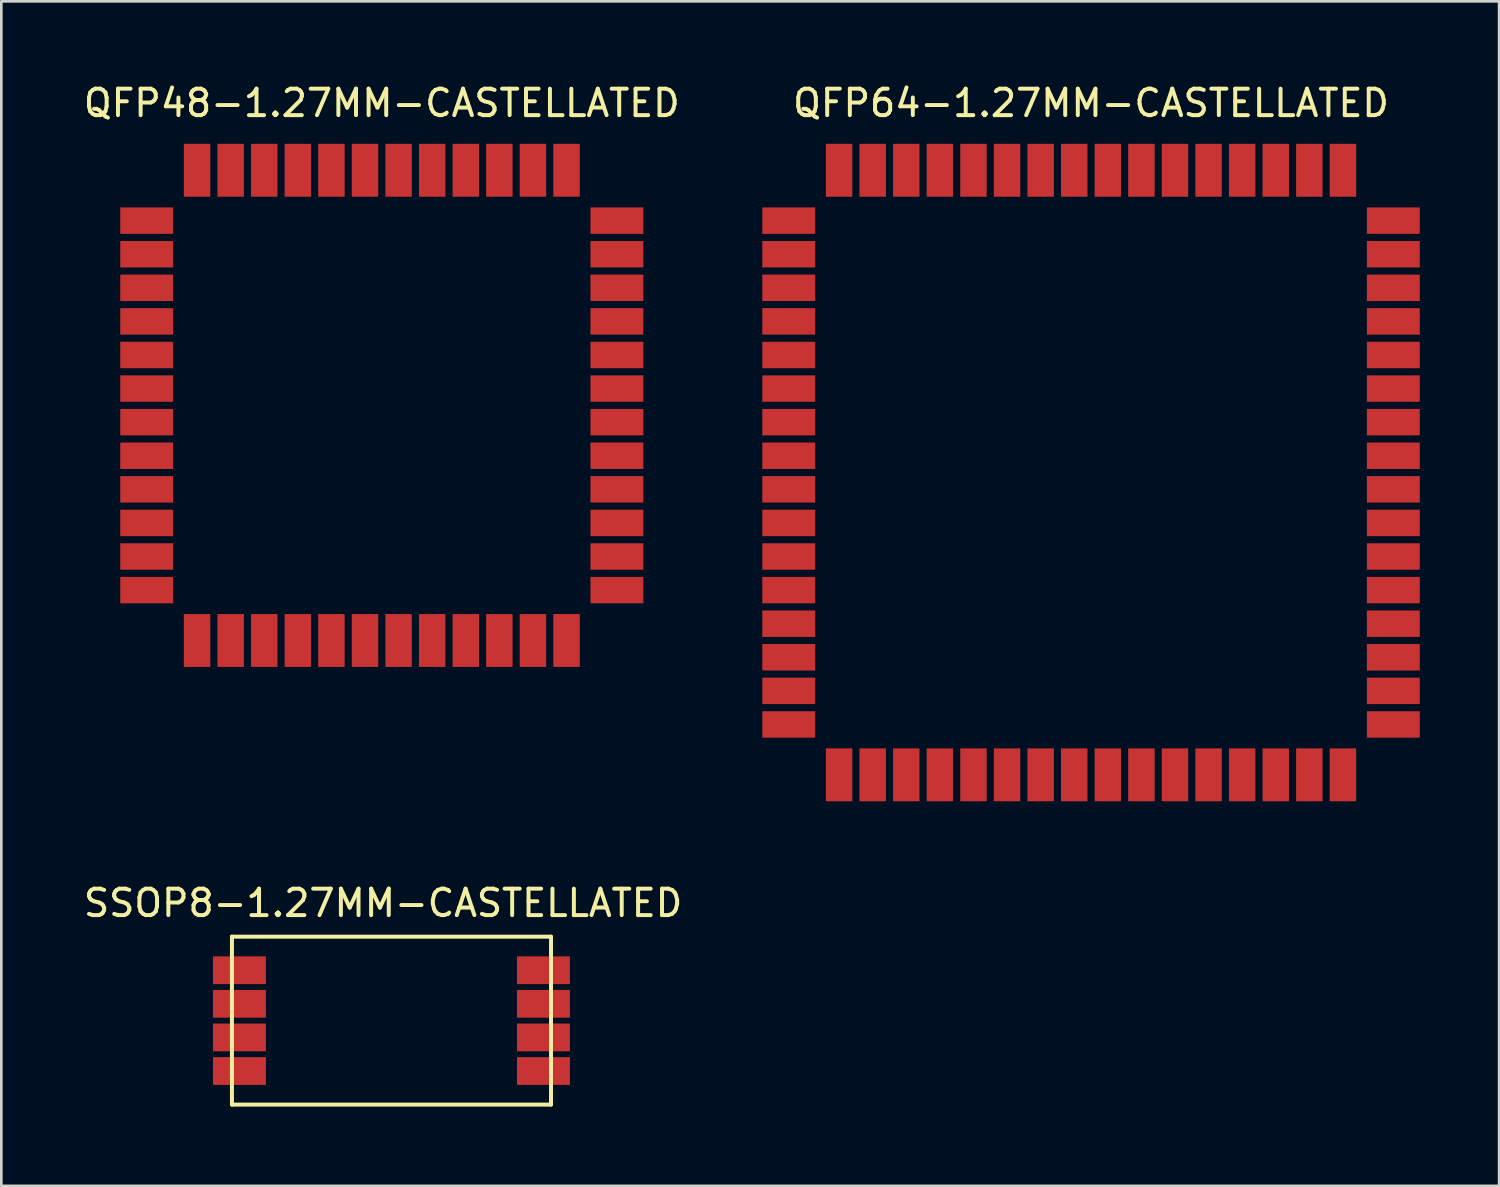
<source format=kicad_pcb>
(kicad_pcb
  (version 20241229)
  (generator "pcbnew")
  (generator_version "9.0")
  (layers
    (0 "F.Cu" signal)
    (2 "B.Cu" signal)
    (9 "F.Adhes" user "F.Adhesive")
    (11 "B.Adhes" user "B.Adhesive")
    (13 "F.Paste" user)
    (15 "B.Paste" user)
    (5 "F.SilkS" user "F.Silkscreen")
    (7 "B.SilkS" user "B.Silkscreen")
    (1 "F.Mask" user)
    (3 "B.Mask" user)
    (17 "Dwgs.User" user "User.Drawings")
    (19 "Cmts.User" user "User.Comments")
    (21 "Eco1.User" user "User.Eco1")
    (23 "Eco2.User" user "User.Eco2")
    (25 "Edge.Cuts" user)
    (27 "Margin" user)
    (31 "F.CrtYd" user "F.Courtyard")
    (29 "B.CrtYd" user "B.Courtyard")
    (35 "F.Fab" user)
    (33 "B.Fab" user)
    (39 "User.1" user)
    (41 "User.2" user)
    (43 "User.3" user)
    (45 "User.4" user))
  (footprint "SSOP8-1.27MM-CASTELLATED"
    (layer "F.Cu")
    (at 11.435 34.907)
    (property "Reference" "SSOP8-1.27MM-CASTELLATED" (at 0 -3.81 0) (layer "F.SilkS") (effects (font (size 1 1) (thickness 0.15))))
    (attr through_hole)
    (fp_line (start -5.715 -2.54) (end 6.35 -2.54) (stroke (width 0.15) (type solid)) (layer "F.SilkS"))
    (fp_line (start -5.715 3.81) (end -5.715 -2.54) (stroke (width 0.15) (type solid)) (layer "F.SilkS"))
    (fp_line (start 6.35 -2.54) (end 6.35 3.81) (stroke (width 0.15) (type solid)) (layer "F.SilkS"))
    (fp_line (start 6.35 3.81) (end -5.715 3.81) (stroke (width 0.15) (type solid)) (layer "F.SilkS"))
    (pad "1" smd rect (at -5.43 -1.27) (size 2 1.05) (layers "F.Cu" "F.Mask" "F.Paste"))
    (pad "2" smd rect (at -5.43 0) (size 2 1.05) (layers "F.Cu" "F.Mask" "F.Paste"))
    (pad "3" smd rect (at -5.43 1.27) (size 2 1.05) (layers "F.Cu" "F.Mask" "F.Paste"))
    (pad "4" smd rect (at -5.43 2.54) (size 2 1.05) (layers "F.Cu" "F.Mask" "F.Paste"))
    (pad "5" smd rect (at 6.065 2.54) (size 2 1.05) (layers "F.Cu" "F.Mask" "F.Paste"))
    (pad "6" smd rect (at 6.065 1.27) (size 2 1.05) (layers "F.Cu" "F.Mask" "F.Paste"))
    (pad "7" smd rect (at 6.065 0) (size 2 1.05) (layers "F.Cu" "F.Mask" "F.Paste"))
    (pad "8" smd rect (at 6.065 -1.27) (size 2 1.05) (layers "F.Cu" "F.Mask" "F.Paste")))
  (footprint "QFP64-1.27MM-CASTELLATED"
    (layer "F.Cu")
    (at 36.934 15.453)
    (property "Reference" "QFP64-1.27MM-CASTELLATED" (at 1.27 -14.605 0) (layer "F.SilkS") (effects (font (size 1 1) (thickness 0.15))))
    (attr through_hole)
    (pad "1" smd rect (at -10.16 -10.16) (size 2 1) (layers "F.Cu" "F.Mask" "F.Paste"))
    (pad "2" smd rect (at -10.16 -8.89) (size 2 1) (layers "F.Cu" "F.Mask" "F.Paste"))
    (pad "3" smd rect (at -10.16 -7.62) (size 2 1) (layers "F.Cu" "F.Mask" "F.Paste"))
    (pad "4" smd rect (at -10.16 -6.35) (size 2 1) (layers "F.Cu" "F.Mask" "F.Paste"))
    (pad "5" smd rect (at -10.16 -5.08) (size 2 1) (layers "F.Cu" "F.Mask" "F.Paste"))
    (pad "6" smd rect (at -10.16 -3.81) (size 2 1) (layers "F.Cu" "F.Mask" "F.Paste"))
    (pad "7" smd rect (at -10.16 -2.54) (size 2 1) (layers "F.Cu" "F.Mask" "F.Paste"))
    (pad "8" smd rect (at -10.16 -1.27) (size 2 1) (layers "F.Cu" "F.Mask" "F.Paste"))
    (pad "9" smd rect (at -10.16 0) (size 2 1) (layers "F.Cu" "F.Mask" "F.Paste"))
    (pad "10" smd rect (at -10.16 1.27) (size 2 1) (layers "F.Cu" "F.Mask" "F.Paste"))
    (pad "11" smd rect (at -10.16 2.54) (size 2 1) (layers "F.Cu" "F.Mask" "F.Paste"))
    (pad "12" smd rect (at -10.16 3.81) (size 2 1) (layers "F.Cu" "F.Mask" "F.Paste"))
    (pad "13" smd rect (at -10.16 5.08) (size 2 1) (layers "F.Cu" "F.Mask" "F.Paste"))
    (pad "14" smd rect (at -10.16 6.35) (size 2 1) (layers "F.Cu" "F.Mask" "F.Paste"))
    (pad "15" smd rect (at -10.16 7.62) (size 2 1) (layers "F.Cu" "F.Mask" "F.Paste"))
    (pad "16" smd rect (at -10.16 8.89) (size 2 1) (layers "F.Cu" "F.Mask" "F.Paste"))
    (pad "17" smd rect (at -8.255 10.795) (size 1 2) (layers "F.Cu" "F.Mask" "F.Paste"))
    (pad "18" smd rect (at -6.985 10.795) (size 1 2) (layers "F.Cu" "F.Mask" "F.Paste"))
    (pad "19" smd rect (at -5.715 10.795) (size 1 2) (layers "F.Cu" "F.Mask" "F.Paste"))
    (pad "20" smd rect (at -4.445 10.795) (size 1 2) (layers "F.Cu" "F.Mask" "F.Paste"))
    (pad "21" smd rect (at -3.175 10.795) (size 1 2) (layers "F.Cu" "F.Mask" "F.Paste"))
    (pad "22" smd rect (at -1.905 10.795) (size 1 2) (layers "F.Cu" "F.Mask" "F.Paste"))
    (pad "23" smd rect (at -0.635 10.795) (size 1 2) (layers "F.Cu" "F.Mask" "F.Paste"))
    (pad "24" smd rect (at 0.635 10.795) (size 1 2) (layers "F.Cu" "F.Mask" "F.Paste"))
    (pad "25" smd rect (at 1.905 10.795) (size 1 2) (layers "F.Cu" "F.Mask" "F.Paste"))
    (pad "26" smd rect (at 3.175 10.795) (size 1 2) (layers "F.Cu" "F.Mask" "F.Paste"))
    (pad "27" smd rect (at 4.445 10.795) (size 1 2) (layers "F.Cu" "F.Mask" "F.Paste"))
    (pad "28" smd rect (at 5.715 10.795) (size 1 2) (layers "F.Cu" "F.Mask" "F.Paste"))
    (pad "29" smd rect (at 6.985 10.795) (size 1 2) (layers "F.Cu" "F.Mask" "F.Paste"))
    (pad "30" smd rect (at 8.255 10.795) (size 1 2) (layers "F.Cu" "F.Mask" "F.Paste"))
    (pad "31" smd rect (at 9.525 10.795) (size 1 2) (layers "F.Cu" "F.Mask" "F.Paste"))
    (pad "32" smd rect (at 10.795 10.795) (size 1 2) (layers "F.Cu" "F.Mask" "F.Paste"))
    (pad "33" smd rect (at 12.7 8.89) (size 2 1) (layers "F.Cu" "F.Mask" "F.Paste"))
    (pad "34" smd rect (at 12.7 7.62) (size 2 1) (layers "F.Cu" "F.Mask" "F.Paste"))
    (pad "35" smd rect (at 12.7 6.35) (size 2 1) (layers "F.Cu" "F.Mask" "F.Paste"))
    (pad "36" smd rect (at 12.7 5.08) (size 2 1) (layers "F.Cu" "F.Mask" "F.Paste"))
    (pad "37" smd rect (at 12.7 3.81) (size 2 1) (layers "F.Cu" "F.Mask" "F.Paste"))
    (pad "38" smd rect (at 12.7 2.54) (size 2 1) (layers "F.Cu" "F.Mask" "F.Paste"))
    (pad "39" smd rect (at 12.7 1.27) (size 2 1) (layers "F.Cu" "F.Mask" "F.Paste"))
    (pad "40" smd rect (at 12.7 0) (size 2 1) (layers "F.Cu" "F.Mask" "F.Paste"))
    (pad "41" smd rect (at 12.7 -1.27) (size 2 1) (layers "F.Cu" "F.Mask" "F.Paste"))
    (pad "42" smd rect (at 12.7 -2.54) (size 2 1) (layers "F.Cu" "F.Mask" "F.Paste"))
    (pad "43" smd rect (at 12.7 -3.81) (size 2 1) (layers "F.Cu" "F.Mask" "F.Paste"))
    (pad "44" smd rect (at 12.7 -5.08) (size 2 1) (layers "F.Cu" "F.Mask" "F.Paste"))
    (pad "45" smd rect (at 12.7 -6.35) (size 2 1) (layers "F.Cu" "F.Mask" "F.Paste"))
    (pad "46" smd rect (at 12.7 -7.62) (size 2 1) (layers "F.Cu" "F.Mask" "F.Paste"))
    (pad "47" smd rect (at 12.7 -8.89) (size 2 1) (layers "F.Cu" "F.Mask" "F.Paste"))
    (pad "48" smd rect (at 12.7 -10.16) (size 2 1) (layers "F.Cu" "F.Mask" "F.Paste"))
    (pad "49" smd rect (at 10.795 -12.065) (size 1 2) (layers "F.Cu" "F.Mask" "F.Paste"))
    (pad "50" smd rect (at 9.525 -12.065) (size 1 2) (layers "F.Cu" "F.Mask" "F.Paste"))
    (pad "51" smd rect (at 8.255 -12.065) (size 1 2) (layers "F.Cu" "F.Mask" "F.Paste"))
    (pad "52" smd rect (at 6.985 -12.065) (size 1 2) (layers "F.Cu" "F.Mask" "F.Paste"))
    (pad "53" smd rect (at 5.715 -12.065) (size 1 2) (layers "F.Cu" "F.Mask" "F.Paste"))
    (pad "54" smd rect (at 4.445 -12.065) (size 1 2) (layers "F.Cu" "F.Mask" "F.Paste"))
    (pad "55" smd rect (at 3.175 -12.065) (size 1 2) (layers "F.Cu" "F.Mask" "F.Paste"))
    (pad "56" smd rect (at 1.905 -12.065) (size 1 2) (layers "F.Cu" "F.Mask" "F.Paste"))
    (pad "57" smd rect (at 0.635 -12.065) (size 1 2) (layers "F.Cu" "F.Mask" "F.Paste"))
    (pad "58" smd rect (at -0.635 -12.065) (size 1 2) (layers "F.Cu" "F.Mask" "F.Paste"))
    (pad "59" smd rect (at -1.905 -12.065) (size 1 2) (layers "F.Cu" "F.Mask" "F.Paste"))
    (pad "60" smd rect (at -3.175 -12.065) (size 1 2) (layers "F.Cu" "F.Mask" "F.Paste"))
    (pad "61" smd rect (at -4.445 -12.065) (size 1 2) (layers "F.Cu" "F.Mask" "F.Paste"))
    (pad "62" smd rect (at -5.715 -12.065) (size 1 2) (layers "F.Cu" "F.Mask" "F.Paste"))
    (pad "63" smd rect (at -6.985 -12.065) (size 1 2) (layers "F.Cu" "F.Mask" "F.Paste"))
    (pad "64" smd rect (at -8.255 -12.065) (size 1 2) (layers "F.Cu" "F.Mask" "F.Paste")))
  (footprint "QFP48-1.27MM-CASTELLATED"
    (layer "F.Cu")
    (at 9.482 14.183)
    (property "Reference" "QFP48-1.27MM-CASTELLATED" (at 1.905 -13.335 0) (layer "F.SilkS") (effects (font (size 1 1) (thickness 0.15))))
    (attr through_hole)
    (pad "1" smd rect (at -6.985 -8.89) (size 2 1) (layers "F.Cu" "F.Mask" "F.Paste"))
    (pad "2" smd rect (at -6.985 -7.62) (size 2 1) (layers "F.Cu" "F.Mask" "F.Paste"))
    (pad "3" smd rect (at -6.985 -6.35) (size 2 1) (layers "F.Cu" "F.Mask" "F.Paste"))
    (pad "4" smd rect (at -6.985 -5.08) (size 2 1) (layers "F.Cu" "F.Mask" "F.Paste"))
    (pad "5" smd rect (at -6.985 -3.81) (size 2 1) (layers "F.Cu" "F.Mask" "F.Paste"))
    (pad "6" smd rect (at -6.985 -2.54) (size 2 1) (layers "F.Cu" "F.Mask" "F.Paste"))
    (pad "7" smd rect (at -6.985 -1.27) (size 2 1) (layers "F.Cu" "F.Mask" "F.Paste"))
    (pad "8" smd rect (at -6.985 0) (size 2 1) (layers "F.Cu" "F.Mask" "F.Paste"))
    (pad "9" smd rect (at -6.985 1.27) (size 2 1) (layers "F.Cu" "F.Mask" "F.Paste"))
    (pad "10" smd rect (at -6.985 2.54) (size 2 1) (layers "F.Cu" "F.Mask" "F.Paste"))
    (pad "11" smd rect (at -6.985 3.81) (size 2 1) (layers "F.Cu" "F.Mask" "F.Paste"))
    (pad "12" smd rect (at -6.985 5.08) (size 2 1) (layers "F.Cu" "F.Mask" "F.Paste"))
    (pad "13" smd rect (at -5.08 6.985) (size 1 2) (layers "F.Cu" "F.Mask" "F.Paste"))
    (pad "14" smd rect (at -3.81 6.985) (size 1 2) (layers "F.Cu" "F.Mask" "F.Paste"))
    (pad "15" smd rect (at -2.54 6.985) (size 1 2) (layers "F.Cu" "F.Mask" "F.Paste"))
    (pad "16" smd rect (at -1.27 6.985) (size 1 2) (layers "F.Cu" "F.Mask" "F.Paste"))
    (pad "17" smd rect (at 0 6.985) (size 1 2) (layers "F.Cu" "F.Mask" "F.Paste"))
    (pad "18" smd rect (at 1.27 6.985) (size 1 2) (layers "F.Cu" "F.Mask" "F.Paste"))
    (pad "19" smd rect (at 2.54 6.985) (size 1 2) (layers "F.Cu" "F.Mask" "F.Paste"))
    (pad "20" smd rect (at 3.81 6.985) (size 1 2) (layers "F.Cu" "F.Mask" "F.Paste"))
    (pad "21" smd rect (at 5.08 6.985) (size 1 2) (layers "F.Cu" "F.Mask" "F.Paste"))
    (pad "22" smd rect (at 6.35 6.985) (size 1 2) (layers "F.Cu" "F.Mask" "F.Paste"))
    (pad "23" smd rect (at 7.62 6.985) (size 1 2) (layers "F.Cu" "F.Mask" "F.Paste"))
    (pad "24" smd rect (at 8.89 6.985) (size 1 2) (layers "F.Cu" "F.Mask" "F.Paste"))
    (pad "25" smd rect (at 10.795 5.08) (size 2 1) (layers "F.Cu" "F.Mask" "F.Paste"))
    (pad "26" smd rect (at 10.795 3.81) (size 2 1) (layers "F.Cu" "F.Mask" "F.Paste"))
    (pad "27" smd rect (at 10.795 2.54) (size 2 1) (layers "F.Cu" "F.Mask" "F.Paste"))
    (pad "28" smd rect (at 10.795 1.27) (size 2 1) (layers "F.Cu" "F.Mask" "F.Paste"))
    (pad "29" smd rect (at 10.795 0) (size 2 1) (layers "F.Cu" "F.Mask" "F.Paste"))
    (pad "30" smd rect (at 10.795 -1.27) (size 2 1) (layers "F.Cu" "F.Mask" "F.Paste"))
    (pad "31" smd rect (at 10.795 -2.54) (size 2 1) (layers "F.Cu" "F.Mask" "F.Paste"))
    (pad "32" smd rect (at 10.795 -3.81) (size 2 1) (layers "F.Cu" "F.Mask" "F.Paste"))
    (pad "33" smd rect (at 10.795 -5.08) (size 2 1) (layers "F.Cu" "F.Mask" "F.Paste"))
    (pad "34" smd rect (at 10.795 -6.35) (size 2 1) (layers "F.Cu" "F.Mask" "F.Paste"))
    (pad "35" smd rect (at 10.795 -7.62) (size 2 1) (layers "F.Cu" "F.Mask" "F.Paste"))
    (pad "36" smd rect (at 10.795 -8.89) (size 2 1) (layers "F.Cu" "F.Mask" "F.Paste"))
    (pad "37" smd rect (at 8.89 -10.795) (size 1 2) (layers "F.Cu" "F.Mask" "F.Paste"))
    (pad "38" smd rect (at 7.62 -10.795) (size 1 2) (layers "F.Cu" "F.Mask" "F.Paste"))
    (pad "39" smd rect (at 6.35 -10.795) (size 1 2) (layers "F.Cu" "F.Mask" "F.Paste"))
    (pad "40" smd rect (at 5.08 -10.795) (size 1 2) (layers "F.Cu" "F.Mask" "F.Paste"))
    (pad "41" smd rect (at 3.81 -10.795) (size 1 2) (layers "F.Cu" "F.Mask" "F.Paste"))
    (pad "42" smd rect (at 2.54 -10.795) (size 1 2) (layers "F.Cu" "F.Mask" "F.Paste"))
    (pad "43" smd rect (at 1.27 -10.795) (size 1 2) (layers "F.Cu" "F.Mask" "F.Paste"))
    (pad "44" smd rect (at 0 -10.795) (size 1 2) (layers "F.Cu" "F.Mask" "F.Paste"))
    (pad "45" smd rect (at -1.27 -10.795) (size 1 2) (layers "F.Cu" "F.Mask" "F.Paste"))
    (pad "46" smd rect (at -2.54 -10.795) (size 1 2) (layers "F.Cu" "F.Mask" "F.Paste"))
    (pad "47" smd rect (at -3.81 -10.795) (size 1 2) (layers "F.Cu" "F.Mask" "F.Paste"))
    (pad "48" smd rect (at -5.08 -10.795) (size 1 2) (layers "F.Cu" "F.Mask" "F.Paste")))
  (gr_rect
    (start -3 -3)
    (end 53.634 41.791)
    (stroke (width 0.1) (type default))
    (fill no)
    (layer "Edge.Cuts")))
</source>
